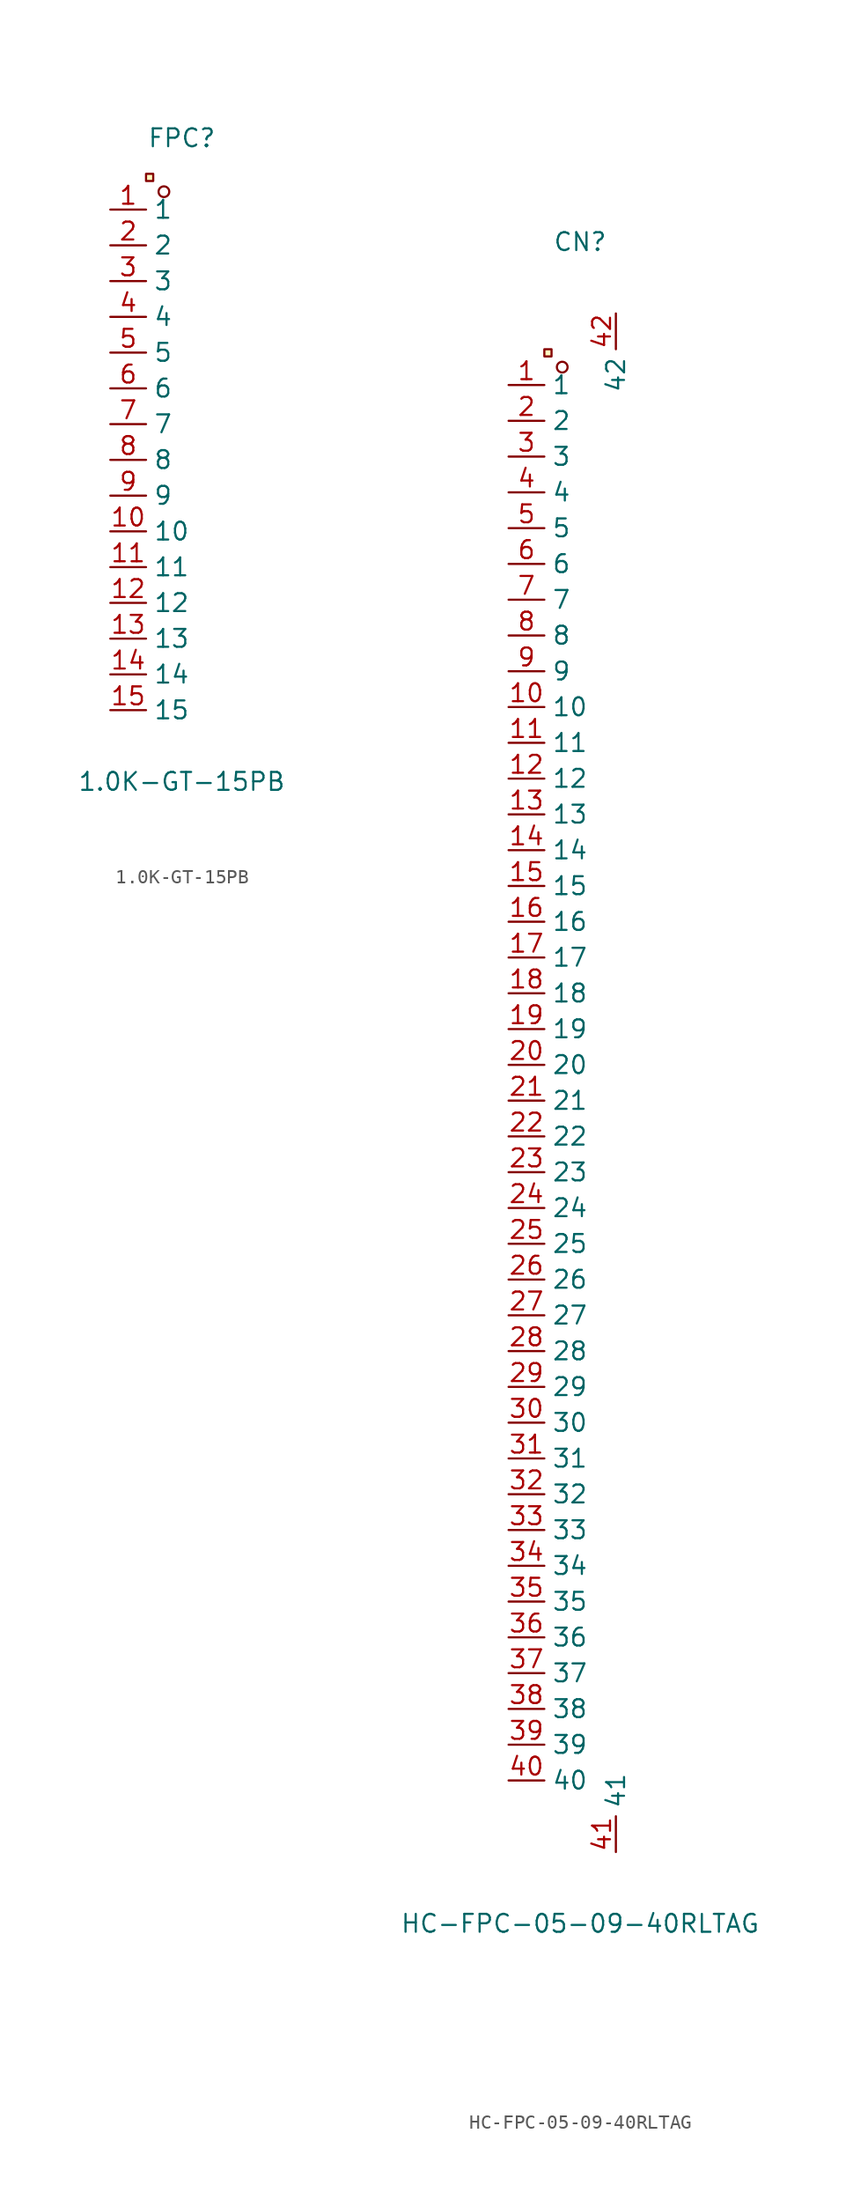
<source format=kicad_sym>
(kicad_symbol_lib
  (version 20241209)
  (generator "kicad_symbol_editor")
  (generator_version "9.0")
  (symbol "1.0K-GT-15PB"
    (property "Reference" "FPC"
      (at 0 22.86 0)
      (effects (font (size 1.27 1.27))))
    (property "Value" "1.0K-GT-15PB"
      (at 0 -22.86 0)
      (effects (font (size 1.27 1.27))))
    (symbol "1.0K-GT-15PB_0_1"
      (rectangle (start -2.54 20.32) (end -2.03 19.81) (stroke (width 0) (type default)) (fill (type background)))
      (circle (center -1.27 19.05) (radius 0.38) (stroke (width 0) (type default)) (fill (type none)))
      (pin unspecified line (at -5.08 17.78 0) (length 2.54) (name "1" (effects (font (size 1.27 1.27)))) (number "1" (effects (font (size 1.27 1.27)))))
      (pin unspecified line (at -5.08 15.24 0) (length 2.54) (name "2" (effects (font (size 1.27 1.27)))) (number "2" (effects (font (size 1.27 1.27)))))
      (pin unspecified line (at -5.08 12.7 0) (length 2.54) (name "3" (effects (font (size 1.27 1.27)))) (number "3" (effects (font (size 1.27 1.27)))))
      (pin unspecified line (at -5.08 10.16 0) (length 2.54) (name "4" (effects (font (size 1.27 1.27)))) (number "4" (effects (font (size 1.27 1.27)))))
      (pin unspecified line (at -5.08 7.62 0) (length 2.54) (name "5" (effects (font (size 1.27 1.27)))) (number "5" (effects (font (size 1.27 1.27)))))
      (pin unspecified line (at -5.08 5.08 0) (length 2.54) (name "6" (effects (font (size 1.27 1.27)))) (number "6" (effects (font (size 1.27 1.27)))))
      (pin unspecified line (at -5.08 2.54 0) (length 2.54) (name "7" (effects (font (size 1.27 1.27)))) (number "7" (effects (font (size 1.27 1.27)))))
      (pin unspecified line (at -5.08 0 0) (length 2.54) (name "8" (effects (font (size 1.27 1.27)))) (number "8" (effects (font (size 1.27 1.27)))))
      (pin unspecified line (at -5.08 -2.54 0) (length 2.54) (name "9" (effects (font (size 1.27 1.27)))) (number "9" (effects (font (size 1.27 1.27)))))
      (pin unspecified line (at -5.08 -5.08 0) (length 2.54) (name "10" (effects (font (size 1.27 1.27)))) (number "10" (effects (font (size 1.27 1.27)))))
      (pin unspecified line (at -5.08 -7.62 0) (length 2.54) (name "11" (effects (font (size 1.27 1.27)))) (number "11" (effects (font (size 1.27 1.27)))))
      (pin unspecified line (at -5.08 -10.16 0) (length 2.54) (name "12" (effects (font (size 1.27 1.27)))) (number "12" (effects (font (size 1.27 1.27)))))
      (pin unspecified line (at -5.08 -12.7 0) (length 2.54) (name "13" (effects (font (size 1.27 1.27)))) (number "13" (effects (font (size 1.27 1.27)))))
      (pin unspecified line (at -5.08 -15.24 0) (length 2.54) (name "14" (effects (font (size 1.27 1.27)))) (number "14" (effects (font (size 1.27 1.27)))))
      (pin unspecified line (at -5.08 -17.78 0) (length 2.54) (name "15" (effects (font (size 1.27 1.27)))) (number "15" (effects (font (size 1.27 1.27)))))))
  (symbol "HC-FPC-05-09-40RLTAG"
    (property "Reference" "CN"
      (at 0 59.69 0)
      (effects (font (size 1.27 1.27))))
    (property "Value" "HC-FPC-05-09-40RLTAG"
      (at 0 -59.69 0)
      (effects (font (size 1.27 1.27))))
    (symbol "HC-FPC-05-09-40RLTAG_0_1"
      (rectangle (start -2.54 52.07) (end -2.03 51.56) (stroke (width 0) (type default)) (fill (type background)))
      (circle (center -1.27 50.8) (radius 0.38) (stroke (width 0) (type default)) (fill (type none)))
      (pin unspecified line (at -5.08 49.53 0) (length 2.54) (name "1" (effects (font (size 1.27 1.27)))) (number "1" (effects (font (size 1.27 1.27)))))
      (pin unspecified line (at -5.08 46.99 0) (length 2.54) (name "2" (effects (font (size 1.27 1.27)))) (number "2" (effects (font (size 1.27 1.27)))))
      (pin unspecified line (at -5.08 44.45 0) (length 2.54) (name "3" (effects (font (size 1.27 1.27)))) (number "3" (effects (font (size 1.27 1.27)))))
      (pin unspecified line (at -5.08 41.91 0) (length 2.54) (name "4" (effects (font (size 1.27 1.27)))) (number "4" (effects (font (size 1.27 1.27)))))
      (pin unspecified line (at -5.08 39.37 0) (length 2.54) (name "5" (effects (font (size 1.27 1.27)))) (number "5" (effects (font (size 1.27 1.27)))))
      (pin unspecified line (at -5.08 36.83 0) (length 2.54) (name "6" (effects (font (size 1.27 1.27)))) (number "6" (effects (font (size 1.27 1.27)))))
      (pin unspecified line (at -5.08 34.29 0) (length 2.54) (name "7" (effects (font (size 1.27 1.27)))) (number "7" (effects (font (size 1.27 1.27)))))
      (pin unspecified line (at -5.08 31.75 0) (length 2.54) (name "8" (effects (font (size 1.27 1.27)))) (number "8" (effects (font (size 1.27 1.27)))))
      (pin unspecified line (at -5.08 29.21 0) (length 2.54) (name "9" (effects (font (size 1.27 1.27)))) (number "9" (effects (font (size 1.27 1.27)))))
      (pin unspecified line (at -5.08 26.67 0) (length 2.54) (name "10" (effects (font (size 1.27 1.27)))) (number "10" (effects (font (size 1.27 1.27)))))
      (pin unspecified line (at -5.08 24.13 0) (length 2.54) (name "11" (effects (font (size 1.27 1.27)))) (number "11" (effects (font (size 1.27 1.27)))))
      (pin unspecified line (at -5.08 21.59 0) (length 2.54) (name "12" (effects (font (size 1.27 1.27)))) (number "12" (effects (font (size 1.27 1.27)))))
      (pin unspecified line (at -5.08 19.05 0) (length 2.54) (name "13" (effects (font (size 1.27 1.27)))) (number "13" (effects (font (size 1.27 1.27)))))
      (pin unspecified line (at -5.08 16.51 0) (length 2.54) (name "14" (effects (font (size 1.27 1.27)))) (number "14" (effects (font (size 1.27 1.27)))))
      (pin unspecified line (at -5.08 13.97 0) (length 2.54) (name "15" (effects (font (size 1.27 1.27)))) (number "15" (effects (font (size 1.27 1.27)))))
      (pin unspecified line (at -5.08 11.43 0) (length 2.54) (name "16" (effects (font (size 1.27 1.27)))) (number "16" (effects (font (size 1.27 1.27)))))
      (pin unspecified line (at -5.08 8.89 0) (length 2.54) (name "17" (effects (font (size 1.27 1.27)))) (number "17" (effects (font (size 1.27 1.27)))))
      (pin unspecified line (at -5.08 6.35 0) (length 2.54) (name "18" (effects (font (size 1.27 1.27)))) (number "18" (effects (font (size 1.27 1.27)))))
      (pin unspecified line (at -5.08 3.81 0) (length 2.54) (name "19" (effects (font (size 1.27 1.27)))) (number "19" (effects (font (size 1.27 1.27)))))
      (pin unspecified line (at -5.08 1.27 0) (length 2.54) (name "20" (effects (font (size 1.27 1.27)))) (number "20" (effects (font (size 1.27 1.27)))))
      (pin unspecified line (at -5.08 -1.27 0) (length 2.54) (name "21" (effects (font (size 1.27 1.27)))) (number "21" (effects (font (size 1.27 1.27)))))
      (pin unspecified line (at -5.08 -3.81 0) (length 2.54) (name "22" (effects (font (size 1.27 1.27)))) (number "22" (effects (font (size 1.27 1.27)))))
      (pin unspecified line (at -5.08 -6.35 0) (length 2.54) (name "23" (effects (font (size 1.27 1.27)))) (number "23" (effects (font (size 1.27 1.27)))))
      (pin unspecified line (at -5.08 -8.89 0) (length 2.54) (name "24" (effects (font (size 1.27 1.27)))) (number "24" (effects (font (size 1.27 1.27)))))
      (pin unspecified line (at -5.08 -11.43 0) (length 2.54) (name "25" (effects (font (size 1.27 1.27)))) (number "25" (effects (font (size 1.27 1.27)))))
      (pin unspecified line (at -5.08 -13.97 0) (length 2.54) (name "26" (effects (font (size 1.27 1.27)))) (number "26" (effects (font (size 1.27 1.27)))))
      (pin unspecified line (at -5.08 -16.51 0) (length 2.54) (name "27" (effects (font (size 1.27 1.27)))) (number "27" (effects (font (size 1.27 1.27)))))
      (pin unspecified line (at -5.08 -19.05 0) (length 2.54) (name "28" (effects (font (size 1.27 1.27)))) (number "28" (effects (font (size 1.27 1.27)))))
      (pin unspecified line (at -5.08 -21.59 0) (length 2.54) (name "29" (effects (font (size 1.27 1.27)))) (number "29" (effects (font (size 1.27 1.27)))))
      (pin unspecified line (at -5.08 -24.13 0) (length 2.54) (name "30" (effects (font (size 1.27 1.27)))) (number "30" (effects (font (size 1.27 1.27)))))
      (pin unspecified line (at -5.08 -26.67 0) (length 2.54) (name "31" (effects (font (size 1.27 1.27)))) (number "31" (effects (font (size 1.27 1.27)))))
      (pin unspecified line (at -5.08 -29.21 0) (length 2.54) (name "32" (effects (font (size 1.27 1.27)))) (number "32" (effects (font (size 1.27 1.27)))))
      (pin unspecified line (at -5.08 -31.75 0) (length 2.54) (name "33" (effects (font (size 1.27 1.27)))) (number "33" (effects (font (size 1.27 1.27)))))
      (pin unspecified line (at -5.08 -34.29 0) (length 2.54) (name "34" (effects (font (size 1.27 1.27)))) (number "34" (effects (font (size 1.27 1.27)))))
      (pin unspecified line (at -5.08 -36.83 0) (length 2.54) (name "35" (effects (font (size 1.27 1.27)))) (number "35" (effects (font (size 1.27 1.27)))))
      (pin unspecified line (at -5.08 -39.37 0) (length 2.54) (name "36" (effects (font (size 1.27 1.27)))) (number "36" (effects (font (size 1.27 1.27)))))
      (pin unspecified line (at -5.08 -41.91 0) (length 2.54) (name "37" (effects (font (size 1.27 1.27)))) (number "37" (effects (font (size 1.27 1.27)))))
      (pin unspecified line (at -5.08 -44.45 0) (length 2.54) (name "38" (effects (font (size 1.27 1.27)))) (number "38" (effects (font (size 1.27 1.27)))))
      (pin unspecified line (at -5.08 -46.99 0) (length 2.54) (name "39" (effects (font (size 1.27 1.27)))) (number "39" (effects (font (size 1.27 1.27)))))
      (pin unspecified line (at -5.08 -49.53 0) (length 2.54) (name "40" (effects (font (size 1.27 1.27)))) (number "40" (effects (font (size 1.27 1.27)))))
      (pin unspecified line (at 2.54 54.61 270) (length 2.54) (name "42" (effects (font (size 1.27 1.27)))) (number "42" (effects (font (size 1.27 1.27)))))
      (pin unspecified line (at 2.54 -54.61 90) (length 2.54) (name "41" (effects (font (size 1.27 1.27)))) (number "41" (effects (font (size 1.27 1.27))))))))
</source>
